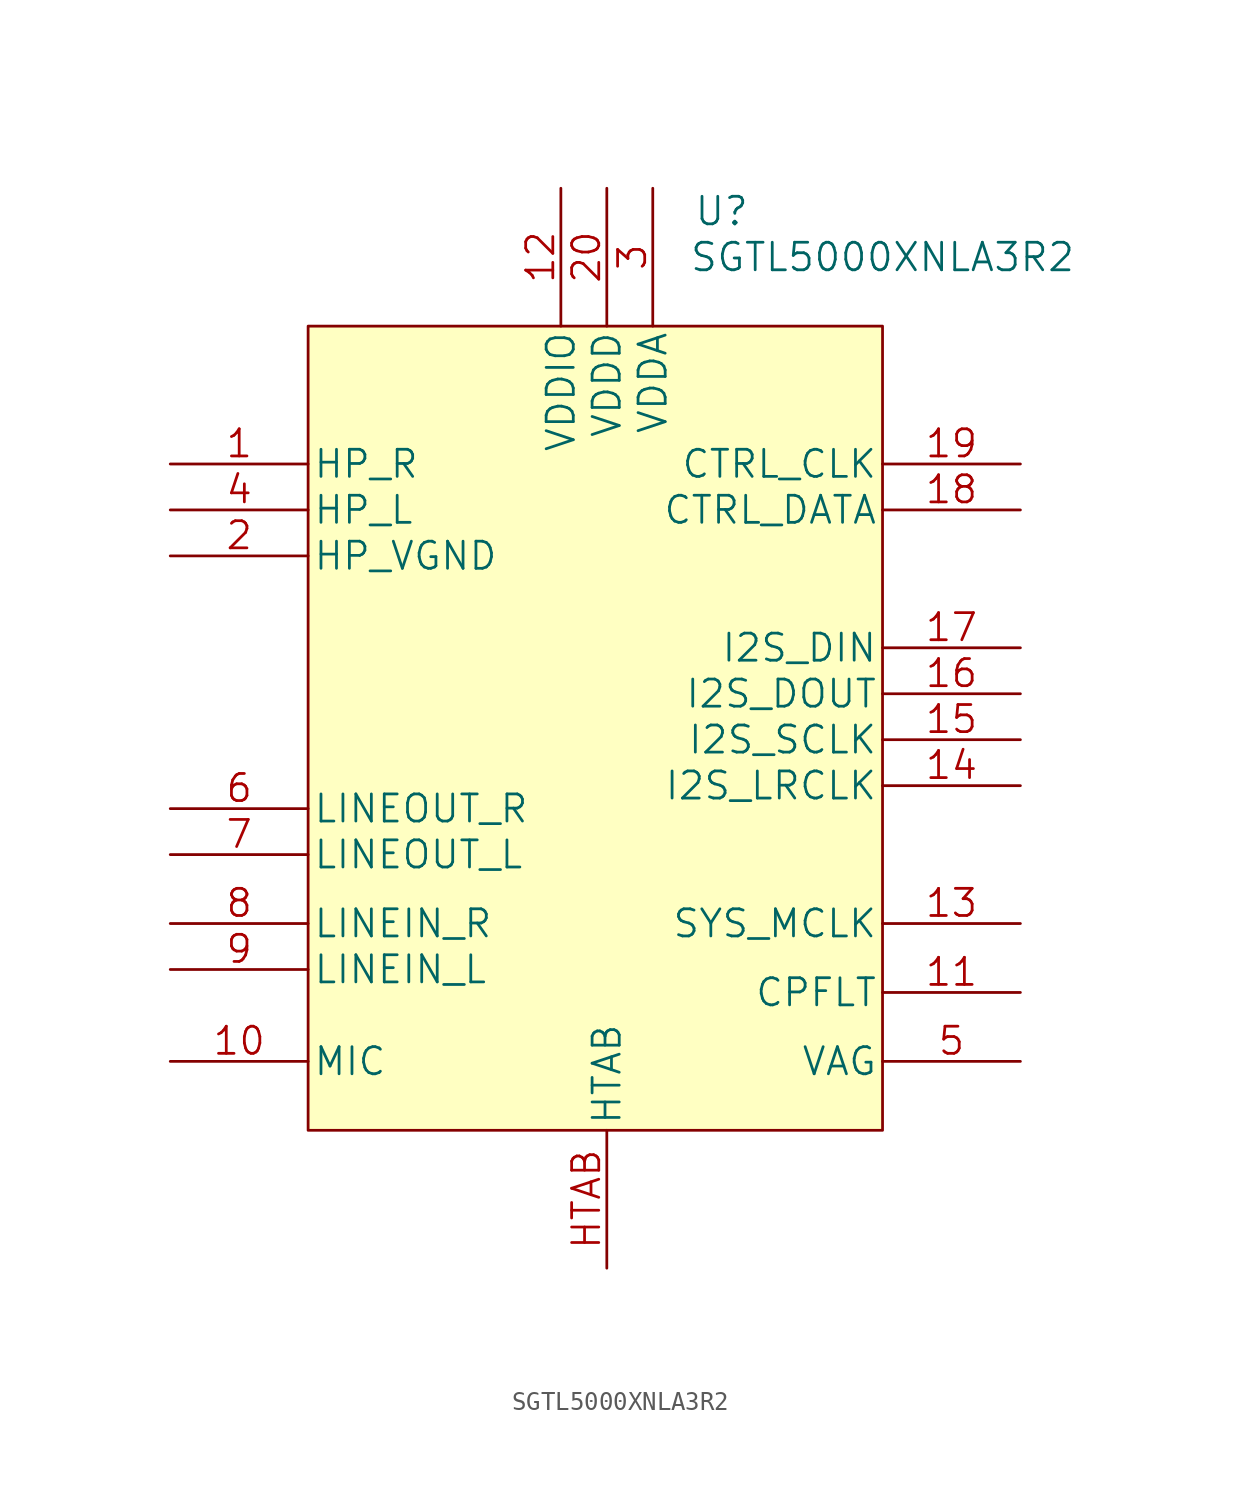
<source format=kicad_sym>
(kicad_symbol_lib
  (version 20220914)
  (generator kicad_symbol_editor)
  (symbol "SGTL5000XNLA3R2"
    (pin_names
      (offset 0.254))
    (property "Reference" "U"
      (at 30.48 8.89 0)
      (effects (font (size 1.524 1.524))))
    (property "Value" "SGTL5000XNLA3R2"
      (at 39.37 6.35 0)
      (effects (font (size 1.524 1.524))))
    (property "Datasheet" ""
      (at 0 0 0)
      (effects (font (size 1.524 1.524))))
    (property "ki_locked" ""
      (at 0 0 0)
      (effects (font (size 1.27 1.27))))
    (symbol "SGTL5000XNLA3R2_1_1"
      (rectangle (start 7.62 2.54) (end 39.37 -41.91) (stroke (width 0) (type default)) (fill (type background)))
      (pin output line (at 0 -5.08 0) (length 7.62) (name "HP_R" (effects (font (size 1.499 1.499)))) (number "1" (effects (font (size 1.499 1.499)))))
      (pin input line (at 0 -38.1 0) (length 7.62) (name "MIC" (effects (font (size 1.499 1.499)))) (number "10" (effects (font (size 1.499 1.499)))))
      (pin unspecified line (at 46.99 -34.29 180) (length 7.62) (name "CPFLT" (effects (font (size 1.499 1.499)))) (number "11" (effects (font (size 1.499 1.499)))))
      (pin power_in line (at 21.59 10.16 270) (length 7.62) (name "VDDIO" (effects (font (size 1.499 1.499)))) (number "12" (effects (font (size 1.499 1.499)))))
      (pin unspecified line (at 46.99 -30.48 180) (length 7.62) (name "SYS_MCLK" (effects (font (size 1.499 1.499)))) (number "13" (effects (font (size 1.499 1.499)))))
      (pin unspecified line (at 46.99 -22.86 180) (length 7.62) (name "I2S_LRCLK" (effects (font (size 1.499 1.499)))) (number "14" (effects (font (size 1.499 1.499)))))
      (pin unspecified line (at 46.99 -20.32 180) (length 7.62) (name "I2S_SCLK" (effects (font (size 1.499 1.499)))) (number "15" (effects (font (size 1.499 1.499)))))
      (pin output line (at 46.99 -17.78 180) (length 7.62) (name "I2S_DOUT" (effects (font (size 1.499 1.499)))) (number "16" (effects (font (size 1.499 1.499)))))
      (pin input line (at 46.99 -15.24 180) (length 7.62) (name "I2S_DIN" (effects (font (size 1.499 1.499)))) (number "17" (effects (font (size 1.499 1.499)))))
      (pin unspecified line (at 46.99 -7.62 180) (length 7.62) (name "CTRL_DATA" (effects (font (size 1.499 1.499)))) (number "18" (effects (font (size 1.499 1.499)))))
      (pin unspecified line (at 46.99 -5.08 180) (length 7.62) (name "CTRL_CLK" (effects (font (size 1.499 1.499)))) (number "19" (effects (font (size 1.499 1.499)))))
      (pin power_in line (at 0 -10.16 0) (length 7.62) (name "HP_VGND" (effects (font (size 1.499 1.499)))) (number "2" (effects (font (size 1.499 1.499)))))
      (pin power_in line (at 24.13 10.16 270) (length 7.62) (name "VDDD" (effects (font (size 1.499 1.499)))) (number "20" (effects (font (size 1.499 1.499)))))
      (pin power_in line (at 26.67 10.16 270) (length 7.62) (name "VDDA" (effects (font (size 1.499 1.499)))) (number "3" (effects (font (size 1.499 1.499)))))
      (pin output line (at 0 -7.62 0) (length 7.62) (name "HP_L" (effects (font (size 1.499 1.499)))) (number "4" (effects (font (size 1.499 1.499)))))
      (pin unspecified line (at 46.99 -38.1 180) (length 7.62) (name "VAG" (effects (font (size 1.499 1.499)))) (number "5" (effects (font (size 1.499 1.499)))))
      (pin output line (at 0 -24.13 0) (length 7.62) (name "LINEOUT_R" (effects (font (size 1.499 1.499)))) (number "6" (effects (font (size 1.499 1.499)))))
      (pin output line (at 0 -26.67 0) (length 7.62) (name "LINEOUT_L" (effects (font (size 1.499 1.499)))) (number "7" (effects (font (size 1.499 1.499)))))
      (pin input line (at 0 -30.48 0) (length 7.62) (name "LINEIN_R" (effects (font (size 1.499 1.499)))) (number "8" (effects (font (size 1.499 1.499)))))
      (pin input line (at 0 -33.02 0) (length 7.62) (name "LINEIN_L" (effects (font (size 1.499 1.499)))) (number "9" (effects (font (size 1.499 1.499)))))
      (pin unspecified line (at 24.13 -49.53 90) (length 7.62) (name "HTAB" (effects (font (size 1.499 1.499)))) (number "HTAB" (effects (font (size 1.499 1.499))))))))
</source>
